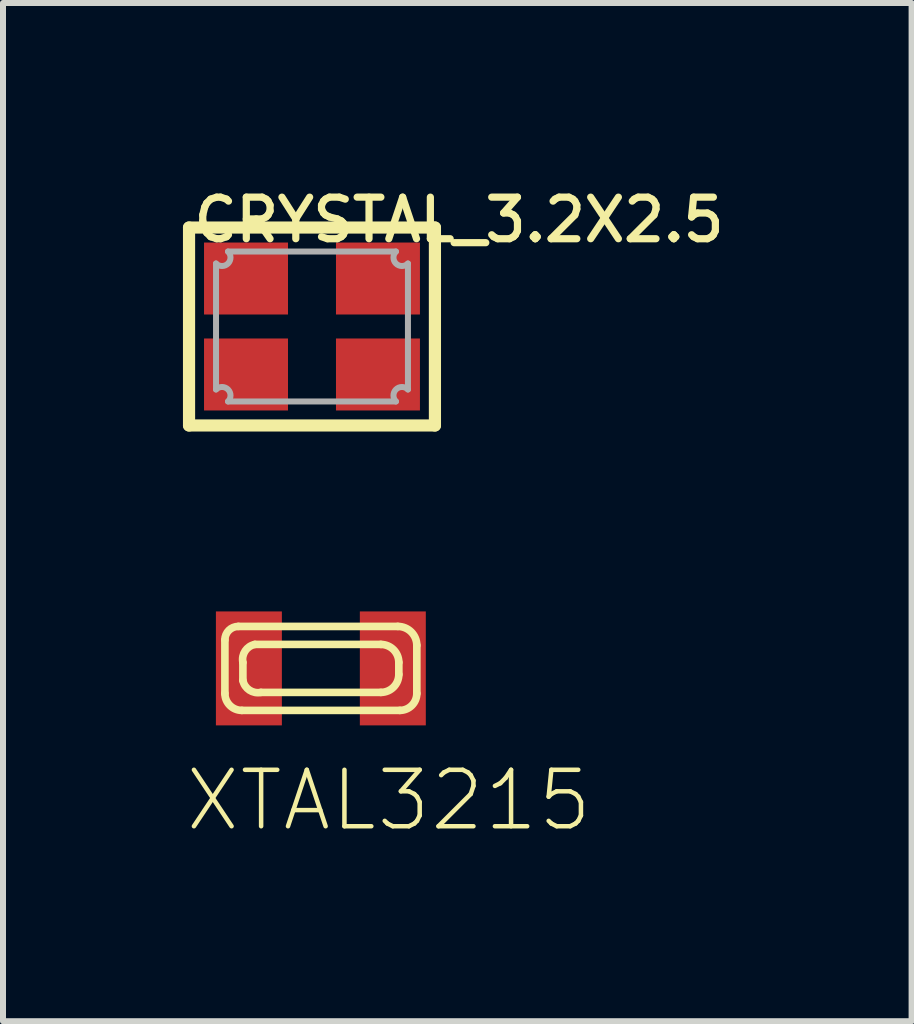
<source format=kicad_pcb>
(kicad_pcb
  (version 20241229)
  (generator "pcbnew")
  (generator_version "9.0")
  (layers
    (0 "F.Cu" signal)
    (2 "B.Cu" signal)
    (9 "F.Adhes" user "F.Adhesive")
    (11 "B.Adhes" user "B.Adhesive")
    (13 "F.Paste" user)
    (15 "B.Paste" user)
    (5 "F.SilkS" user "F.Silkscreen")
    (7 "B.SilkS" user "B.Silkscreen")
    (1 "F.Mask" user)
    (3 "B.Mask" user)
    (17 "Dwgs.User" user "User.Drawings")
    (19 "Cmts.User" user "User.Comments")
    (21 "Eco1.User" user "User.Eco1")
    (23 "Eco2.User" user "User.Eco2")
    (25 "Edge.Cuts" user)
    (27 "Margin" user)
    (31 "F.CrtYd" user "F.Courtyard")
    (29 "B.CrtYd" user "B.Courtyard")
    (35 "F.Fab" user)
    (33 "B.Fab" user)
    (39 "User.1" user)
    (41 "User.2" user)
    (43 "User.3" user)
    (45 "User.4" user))
  (footprint "XTAL3215"
    (layer "F.Cu")
    (at 2.3 8.095)
    (property "Reference" "XTAL3215" (at -2.3 2.2 0) (layer "F.SilkS") (effects (font (size 0.941 0.941) (thickness 0.075)) (justify left)))
    (fp_line (start -1.6 0.417) (end -1.6 -0.476) (stroke (width 0.127) (type solid)) (layer "F.SilkS"))
    (fp_line (start -1.376 -0.7) (end 1.284 -0.7) (stroke (width 0.127) (type solid)) (layer "F.SilkS"))
    (fp_line (start -1.3 0.2) (end -1.3 -0.1) (stroke (width 0.127) (type solid)) (layer "F.SilkS"))
    (fp_line (start -1.1 -0.4) (end 1 -0.4) (stroke (width 0.127) (type solid)) (layer "F.SilkS"))
    (fp_line (start 1 0.4) (end -1 0.4) (stroke (width 0.127) (type solid)) (layer "F.SilkS"))
    (fp_line (start 1.3 -0.1) (end 1.3 0.1) (stroke (width 0.127) (type solid)) (layer "F.SilkS"))
    (fp_line (start 1.317 0.7) (end -1.317 0.7) (stroke (width 0.127) (type solid)) (layer "F.SilkS"))
    (fp_line (start 1.6 -0.384) (end 1.6 0.417) (stroke (width 0.127) (type solid)) (layer "F.SilkS"))
    (fp_arc (start -1.6 -0.4764) (mid -1.534509 -0.634509) (end -1.3764 -0.7) (stroke (width 0.127) (type solid)) (layer "F.SilkS"))
    (fp_arc (start -1.3172 0.7) (mid -1.51717 0.61717) (end -1.6 0.4172) (stroke (width 0.127) (type solid)) (layer "F.SilkS"))
    (fp_arc (start -1.3 -0.1) (mid -1.262161 -0.291441) (end -1.099999 -0.399999) (stroke (width 0.127) (type solid)) (layer "F.SilkS"))
    (fp_arc (start -1 0.4) (mid -1.191422 0.362132) (end -1.300001 0.199999) (stroke (width 0.127) (type solid)) (layer "F.SilkS"))
    (fp_arc (start 1 -0.4) (mid 1.212103 -0.312103) (end 1.3 -0.1) (stroke (width 0.127) (type solid)) (layer "F.SilkS"))
    (fp_arc (start 1.2838 -0.7) (mid 1.507387 -0.607387) (end 1.6 -0.3838) (stroke (width 0.127) (type solid)) (layer "F.SilkS"))
    (fp_arc (start 1.3 0.1) (mid 1.212131 0.312132) (end 0.999999 0.399999) (stroke (width 0.127) (type solid)) (layer "F.SilkS"))
    (fp_arc (start 1.6 0.4172) (mid 1.51717 0.61717) (end 1.3172 0.7) (stroke (width 0.127) (type solid)) (layer "F.SilkS"))
    (pad "P$1" smd rect (at 1.2 0) (size 1.1 1.9) (layers "F.Cu" "F.Mask" "F.Paste"))
    (pad "P$2" smd rect (at -1.2 0 180) (size 1.1 1.9) (layers "F.Cu" "F.Mask" "F.Paste")))
  (footprint "CRYSTAL_3.2X2.5"
    (layer "F.Cu")
    (at 2.152 2.394)
    (property "Reference" "CRYSTAL_3.2X2.5" (at -2.032 -1.778 0) (layer "F.SilkS") (effects (font (size 0.693 0.693) (thickness 0.12)) (justify left)))
    (fp_line (start -2.05 -1.65) (end -2.05 1.65) (stroke (width 0.203) (type solid)) (layer "F.SilkS"))
    (fp_line (start -2.05 -1.65) (end 2.05 -1.65) (stroke (width 0.203) (type solid)) (layer "F.SilkS"))
    (fp_line (start -2.05 1.65) (end 2.05 1.65) (stroke (width 0.203) (type solid)) (layer "F.SilkS"))
    (fp_line (start 2.05 -1.65) (end 2.05 1.65) (stroke (width 0.203) (type solid)) (layer "F.SilkS"))
    (fp_line (start -1.6 -1.05) (end -1.6 1.05) (stroke (width 0.1) (type solid)) (layer "F.Fab"))
    (fp_line (start -1.4 -1.25) (end 1.4 -1.25) (stroke (width 0.1) (type solid)) (layer "F.Fab"))
    (fp_line (start -1.4 1.25) (end 1.4 1.25) (stroke (width 0.1) (type solid)) (layer "F.Fab"))
    (fp_line (start 1.6 -1.05) (end 1.6 1.05) (stroke (width 0.1) (type solid)) (layer "F.Fab"))
    (fp_arc (start -1.6 1.05) (mid -1.4 1.05) (end -1.4 1.25) (stroke (width 0.1) (type solid)) (layer "F.Fab"))
    (fp_arc (start -1.4 -1.25) (mid -1.4 -1.05) (end -1.6 -1.05) (stroke (width 0.1) (type solid)) (layer "F.Fab"))
    (fp_arc (start 1.4 1.25) (mid 1.4 1.05) (end 1.6 1.05) (stroke (width 0.1) (type solid)) (layer "F.Fab"))
    (fp_arc (start 1.6 -1.05) (mid 1.4 -1.05) (end 1.4 -1.25) (stroke (width 0.1) (type solid)) (layer "F.Fab"))
    (pad "1" smd rect (at -1.1 0.8) (size 1.4 1.2) (layers "F.Cu" "F.Mask" "F.Paste"))
    (pad "2" smd rect (at 1.1 -0.8) (size 1.4 1.2) (layers "F.Cu" "F.Mask" "F.Paste"))
    (pad "GND1" smd rect (at -1.1 -0.8) (size 1.4 1.2) (layers "F.Cu" "F.Mask" "F.Paste"))
    (pad "GND2" smd rect (at 1.1 0.8) (size 1.4 1.2) (layers "F.Cu" "F.Mask" "F.Paste")))
  (gr_rect
    (start -3 -3)
    (end 12.15 13.977)
    (stroke (width 0.1) (type default))
    (fill no)
    (layer "Edge.Cuts")))
</source>
